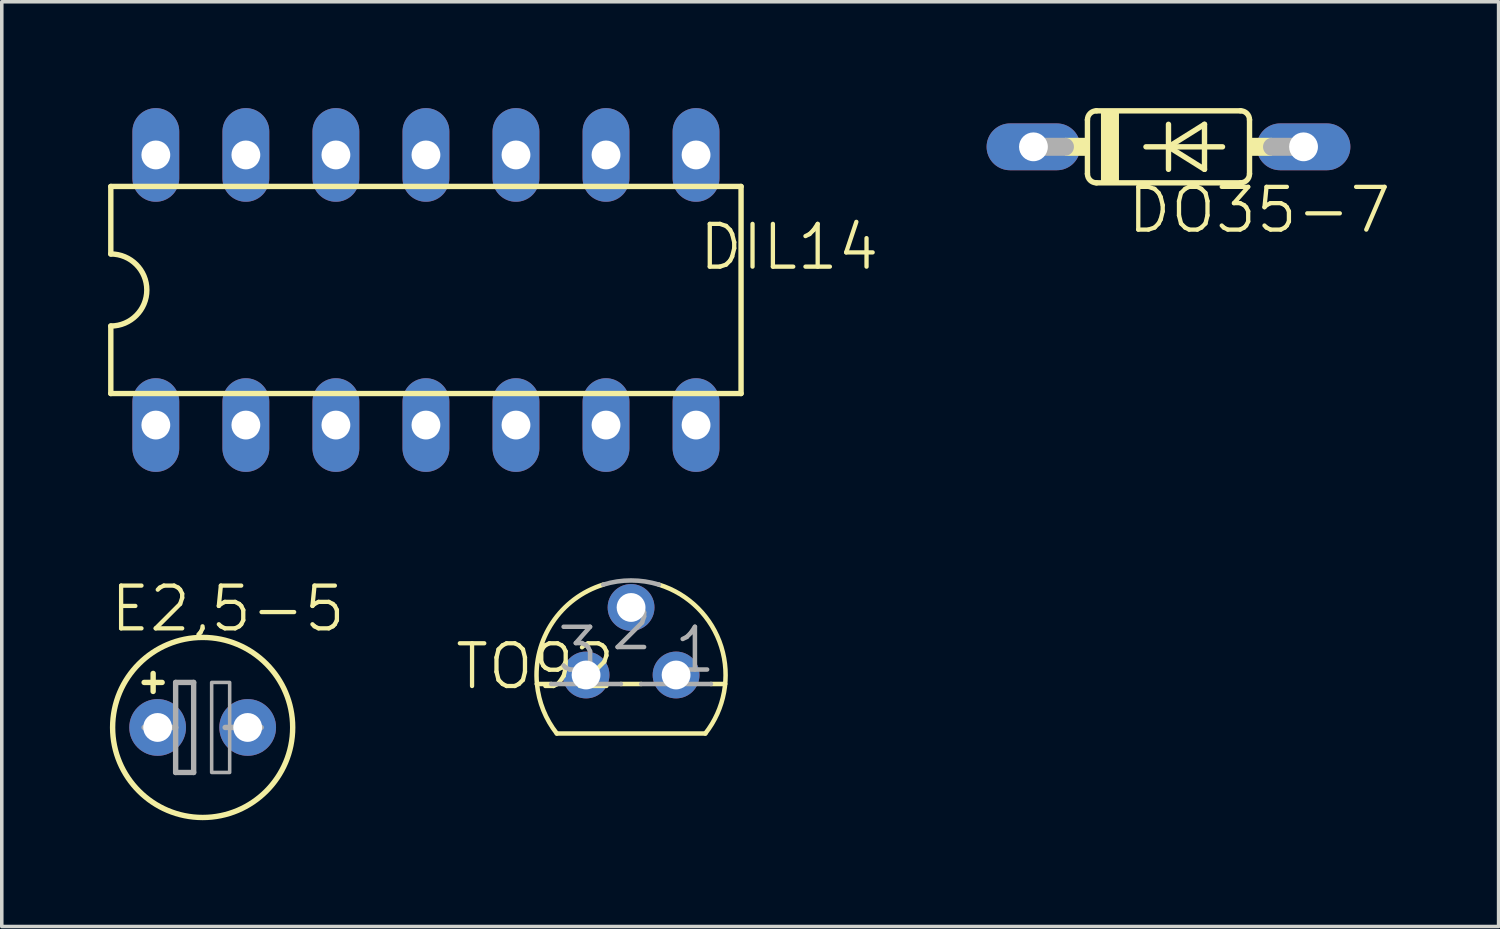
<source format=kicad_pcb>
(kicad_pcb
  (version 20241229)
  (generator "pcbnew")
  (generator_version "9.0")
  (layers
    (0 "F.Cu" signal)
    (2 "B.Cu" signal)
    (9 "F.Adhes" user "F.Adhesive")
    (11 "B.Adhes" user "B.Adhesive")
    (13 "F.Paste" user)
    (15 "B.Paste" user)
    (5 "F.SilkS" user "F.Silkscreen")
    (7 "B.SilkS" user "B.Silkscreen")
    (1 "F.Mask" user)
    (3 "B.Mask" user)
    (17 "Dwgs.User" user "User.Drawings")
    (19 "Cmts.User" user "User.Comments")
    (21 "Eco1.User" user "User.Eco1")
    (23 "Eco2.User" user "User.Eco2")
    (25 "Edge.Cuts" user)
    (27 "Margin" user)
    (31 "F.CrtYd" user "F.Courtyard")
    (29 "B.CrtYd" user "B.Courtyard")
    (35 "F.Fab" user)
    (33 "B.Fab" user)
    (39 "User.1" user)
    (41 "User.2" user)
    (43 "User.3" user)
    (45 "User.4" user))
  (footprint "TO92"
    (layer "F.Cu")
    (at 14.753 15.992)
    (property "Reference" "TO92" (at -5.025 0.465 180) (layer "F.SilkS") (effects (font (size 1.206 1.206) (thickness 0.121)) (justify left bottom)))
    (attr through_hole)
    (fp_line (start -2.655 0.254) (end -2.254 0.254) (stroke (width 0.127) (type solid)) (layer "F.SilkS"))
    (fp_line (start -2.095 1.651) (end 2.095 1.651) (stroke (width 0.127) (type solid)) (layer "F.SilkS"))
    (fp_line (start -0.286 0.254) (end 0.286 0.254) (stroke (width 0.127) (type solid)) (layer "F.SilkS"))
    (fp_line (start 2.254 0.254) (end 2.655 0.254) (stroke (width 0.127) (type solid)) (layer "F.SilkS"))
    (fp_arc (start -2.6549 0.254) (mid -2.219001 -1.479566) (end -0.786299 -2.548501) (stroke (width 0.127) (type solid)) (layer "F.SilkS"))
    (fp_arc (start -2.0946 1.651) (mid -2.475347 0.992847) (end -2.654901 0.254) (stroke (width 0.127) (type solid)) (layer "F.SilkS"))
    (fp_arc (start 0.7863 -2.5484) (mid 2.546275 -0.793203) (end 2.094499 1.651) (stroke (width 0.127) (type solid)) (layer "F.SilkS"))
    (fp_line (start -2.254 0.254) (end -0.286 0.254) (stroke (width 0.127) (type solid)) (layer "F.Fab"))
    (fp_line (start 0.286 0.254) (end 2.254 0.254) (stroke (width 0.127) (type solid)) (layer "F.Fab"))
    (fp_arc (start -0.7863 -2.5485) (mid 0 -2.667043) (end 0.7863 -2.5485) (stroke (width 0.127) (type solid)) (layer "F.Fab"))
    (fp_text user "2" (at -0.635 -0.635 0) (layer "F.Fab") (effects (font (size 1.206 1.206) (thickness 0.127)) (justify left bottom)))
    (fp_text user "1" (at 1.143 0 0) (layer "F.Fab") (effects (font (size 1.206 1.206) (thickness 0.127)) (justify left bottom)))
    (fp_text user "3" (at -2.159 0 0) (layer "F.Fab") (effects (font (size 1.206 1.206) (thickness 0.127)) (justify left bottom)))
    (pad "1" thru_hole circle (at 1.27 0) (size 1.321 1.321) (drill 0.813) (layers "*.Cu" "*.Mask"))
    (pad "2" thru_hole circle (at 0 -1.905) (size 1.321 1.321) (drill 0.813) (layers "*.Cu" "*.Mask"))
    (pad "3" thru_hole circle (at -1.27 0) (size 1.321 1.321) (drill 0.813) (layers "*.Cu" "*.Mask")))
  (footprint "E2,5-5"
    (layer "F.Cu")
    (at 2.667 17.472)
    (property "Reference" "E2,5-5" (at -2.667 -2.642 0) (layer "F.SilkS") (effects (font (size 1.206 1.206) (thickness 0.121)) (justify left bottom)))
    (attr through_hole)
    (fp_line (start -1.651 -1.27) (end -1.397 -1.27) (stroke (width 0.152) (type solid)) (layer "F.SilkS"))
    (fp_line (start -1.397 -1.27) (end -1.397 -1.524) (stroke (width 0.152) (type solid)) (layer "F.SilkS"))
    (fp_line (start -1.397 -1.27) (end -1.143 -1.27) (stroke (width 0.152) (type solid)) (layer "F.SilkS"))
    (fp_line (start -1.397 -1.016) (end -1.397 -1.27) (stroke (width 0.152) (type solid)) (layer "F.SilkS"))
    (fp_circle (center 0 0) (end 2.54 0) (stroke (width 0.152) (type solid)) (fill no) (layer "F.SilkS"))
    (fp_line (start -1.651 0) (end -0.762 0) (stroke (width 0.152) (type solid)) (layer "F.Fab"))
    (fp_line (start -0.762 -1.27) (end -0.762 0) (stroke (width 0.152) (type solid)) (layer "F.Fab"))
    (fp_line (start -0.762 0) (end -0.762 1.27) (stroke (width 0.152) (type solid)) (layer "F.Fab"))
    (fp_line (start -0.762 1.27) (end -0.254 1.27) (stroke (width 0.152) (type solid)) (layer "F.Fab"))
    (fp_line (start -0.254 -1.27) (end -0.762 -1.27) (stroke (width 0.152) (type solid)) (layer "F.Fab"))
    (fp_line (start -0.254 1.27) (end -0.254 -1.27) (stroke (width 0.152) (type solid)) (layer "F.Fab"))
    (fp_line (start 0.635 0) (end 1.651 0) (stroke (width 0.152) (type solid)) (layer "F.Fab"))
    (fp_poly (pts (xy 0.254 1.27) (xy 0.762 1.27) (xy 0.762 -1.27) (xy 0.254 -1.27)) (stroke (width 0.1) (type solid)) (fill no) (layer "F.Fab"))
    (pad "+" thru_hole circle (at -1.27 0) (size 1.6 1.6) (drill 0.813) (layers "*.Cu" "*.Mask"))
    (pad "-" thru_hole circle (at 1.27 0) (size 1.6 1.6) (drill 0.813) (layers "*.Cu" "*.Mask")))
  (footprint "DIL14"
    (layer "F.Cu")
    (at 8.966 5.131)
    (property "Reference" "DIL14" (at 7.641 -0.505 180) (layer "F.SilkS") (effects (font (size 1.206 1.206) (thickness 0.121)) (justify left bottom)))
    (attr through_hole)
    (fp_line (start -8.89 -2.921) (end -8.89 -1.016) (stroke (width 0.152) (type solid)) (layer "F.SilkS"))
    (fp_line (start -8.89 2.921) (end -8.89 1.016) (stroke (width 0.152) (type solid)) (layer "F.SilkS"))
    (fp_line (start -8.89 2.921) (end 8.89 2.921) (stroke (width 0.152) (type solid)) (layer "F.SilkS"))
    (fp_line (start 8.89 -2.921) (end -8.89 -2.921) (stroke (width 0.152) (type solid)) (layer "F.SilkS"))
    (fp_line (start 8.89 -2.921) (end 8.89 2.921) (stroke (width 0.152) (type solid)) (layer "F.SilkS"))
    (fp_arc (start -8.89 -1.016) (mid -7.874 0) (end -8.89 1.016) (stroke (width 0.1524) (type solid)) (layer "F.SilkS"))
    (pad "1" thru_hole oval (at -7.62 3.81 90) (size 2.642 1.321) (drill 0.813) (layers "*.Cu" "*.Mask"))
    (pad "2" thru_hole oval (at -5.08 3.81 90) (size 2.642 1.321) (drill 0.813) (layers "*.Cu" "*.Mask"))
    (pad "3" thru_hole oval (at -2.54 3.81 90) (size 2.642 1.321) (drill 0.813) (layers "*.Cu" "*.Mask"))
    (pad "4" thru_hole oval (at 0 3.81 90) (size 2.642 1.321) (drill 0.813) (layers "*.Cu" "*.Mask"))
    (pad "5" thru_hole oval (at 2.54 3.81 90) (size 2.642 1.321) (drill 0.813) (layers "*.Cu" "*.Mask"))
    (pad "6" thru_hole oval (at 5.08 3.81 90) (size 2.642 1.321) (drill 0.813) (layers "*.Cu" "*.Mask"))
    (pad "7" thru_hole oval (at 7.62 3.81 90) (size 2.642 1.321) (drill 0.813) (layers "*.Cu" "*.Mask"))
    (pad "8" thru_hole oval (at 7.62 -3.81 90) (size 2.642 1.321) (drill 0.813) (layers "*.Cu" "*.Mask"))
    (pad "9" thru_hole oval (at 5.08 -3.81 90) (size 2.642 1.321) (drill 0.813) (layers "*.Cu" "*.Mask"))
    (pad "10" thru_hole oval (at 2.54 -3.81 90) (size 2.642 1.321) (drill 0.813) (layers "*.Cu" "*.Mask"))
    (pad "11" thru_hole oval (at 0 -3.81 90) (size 2.642 1.321) (drill 0.813) (layers "*.Cu" "*.Mask"))
    (pad "12" thru_hole oval (at -2.54 -3.81 90) (size 2.642 1.321) (drill 0.813) (layers "*.Cu" "*.Mask"))
    (pad "13" thru_hole oval (at -5.08 -3.81 90) (size 2.642 1.321) (drill 0.813) (layers "*.Cu" "*.Mask"))
    (pad "14" thru_hole oval (at -7.62 -3.81 90) (size 2.642 1.321) (drill 0.813) (layers "*.Cu" "*.Mask")))
  (footprint "DO35-7"
    (layer "F.Cu")
    (at 29.914 1.092)
    (property "Reference" "DO35-7" (at -1.219 2.489 180) (layer "F.SilkS") (effects (font (size 1.206 1.206) (thickness 0.121)) (justify left bottom)))
    (attr through_hole)
    (fp_line (start -2.286 -0.762) (end -2.286 0.762) (stroke (width 0.152) (type solid)) (layer "F.SilkS"))
    (fp_line (start -2.032 -1.016) (end 2.032 -1.016) (stroke (width 0.152) (type solid)) (layer "F.SilkS"))
    (fp_line (start -2.032 1.016) (end 2.032 1.016) (stroke (width 0.152) (type solid)) (layer "F.SilkS"))
    (fp_line (start -0.635 0) (end 0 0) (stroke (width 0.152) (type solid)) (layer "F.SilkS"))
    (fp_line (start 0 -0.635) (end 0 0) (stroke (width 0.152) (type solid)) (layer "F.SilkS"))
    (fp_line (start 0 0) (end 0 0.635) (stroke (width 0.152) (type solid)) (layer "F.SilkS"))
    (fp_line (start 0 0) (end 1.016 -0.635) (stroke (width 0.152) (type solid)) (layer "F.SilkS"))
    (fp_line (start 0 0) (end 1.524 0) (stroke (width 0.152) (type solid)) (layer "F.SilkS"))
    (fp_line (start 1.016 -0.635) (end 1.016 0.635) (stroke (width 0.152) (type solid)) (layer "F.SilkS"))
    (fp_line (start 1.016 0.635) (end 0 0) (stroke (width 0.152) (type solid)) (layer "F.SilkS"))
    (fp_line (start 2.286 -0.762) (end 2.286 0.762) (stroke (width 0.152) (type solid)) (layer "F.SilkS"))
    (fp_arc (start -2.286 -0.762) (mid -2.211605 -0.941605) (end -2.032 -1.016) (stroke (width 0.1524) (type solid)) (layer "F.SilkS"))
    (fp_arc (start -2.032 1.016) (mid -2.211605 0.941605) (end -2.286 0.762) (stroke (width 0.1524) (type solid)) (layer "F.SilkS"))
    (fp_arc (start 2.032 -1.016) (mid 2.211605 -0.941605) (end 2.286 -0.762) (stroke (width 0.1524) (type solid)) (layer "F.SilkS"))
    (fp_arc (start 2.286 0.762) (mid 2.211605 0.941605) (end 2.032 1.016) (stroke (width 0.1524) (type solid)) (layer "F.SilkS"))
    (fp_poly (pts (xy -2.921 0.254) (xy -2.286 0.254) (xy -2.286 -0.254) (xy -2.921 -0.254)) (stroke (width 0) (type solid)) (fill yes) (layer "F.SilkS"))
    (fp_poly (pts (xy -1.905 1.016) (xy -1.397 1.016) (xy -1.397 -1.016) (xy -1.905 -1.016)) (stroke (width 0) (type solid)) (fill yes) (layer "F.SilkS"))
    (fp_poly (pts (xy 2.286 0.254) (xy 2.921 0.254) (xy 2.921 -0.254) (xy 2.286 -0.254)) (stroke (width 0) (type solid)) (fill yes) (layer "F.SilkS"))
    (fp_line (start -3.81 0) (end -2.921 0) (stroke (width 0.508) (type solid)) (layer "F.Fab"))
    (fp_line (start 3.81 0) (end 2.921 0) (stroke (width 0.508) (type solid)) (layer "F.Fab"))
    (pad "A" thru_hole oval (at 3.81 0) (size 2.642 1.321) (drill 0.813) (layers "*.Cu" "*.Mask"))
    (pad "C" thru_hole oval (at -3.81 0) (size 2.642 1.321) (drill 0.813) (layers "*.Cu" "*.Mask")))
  (gr_rect
    (start -3 -3)
    (end 39.227 23.088)
    (stroke (width 0.1) (type default))
    (fill no)
    (layer "Edge.Cuts")))
</source>
